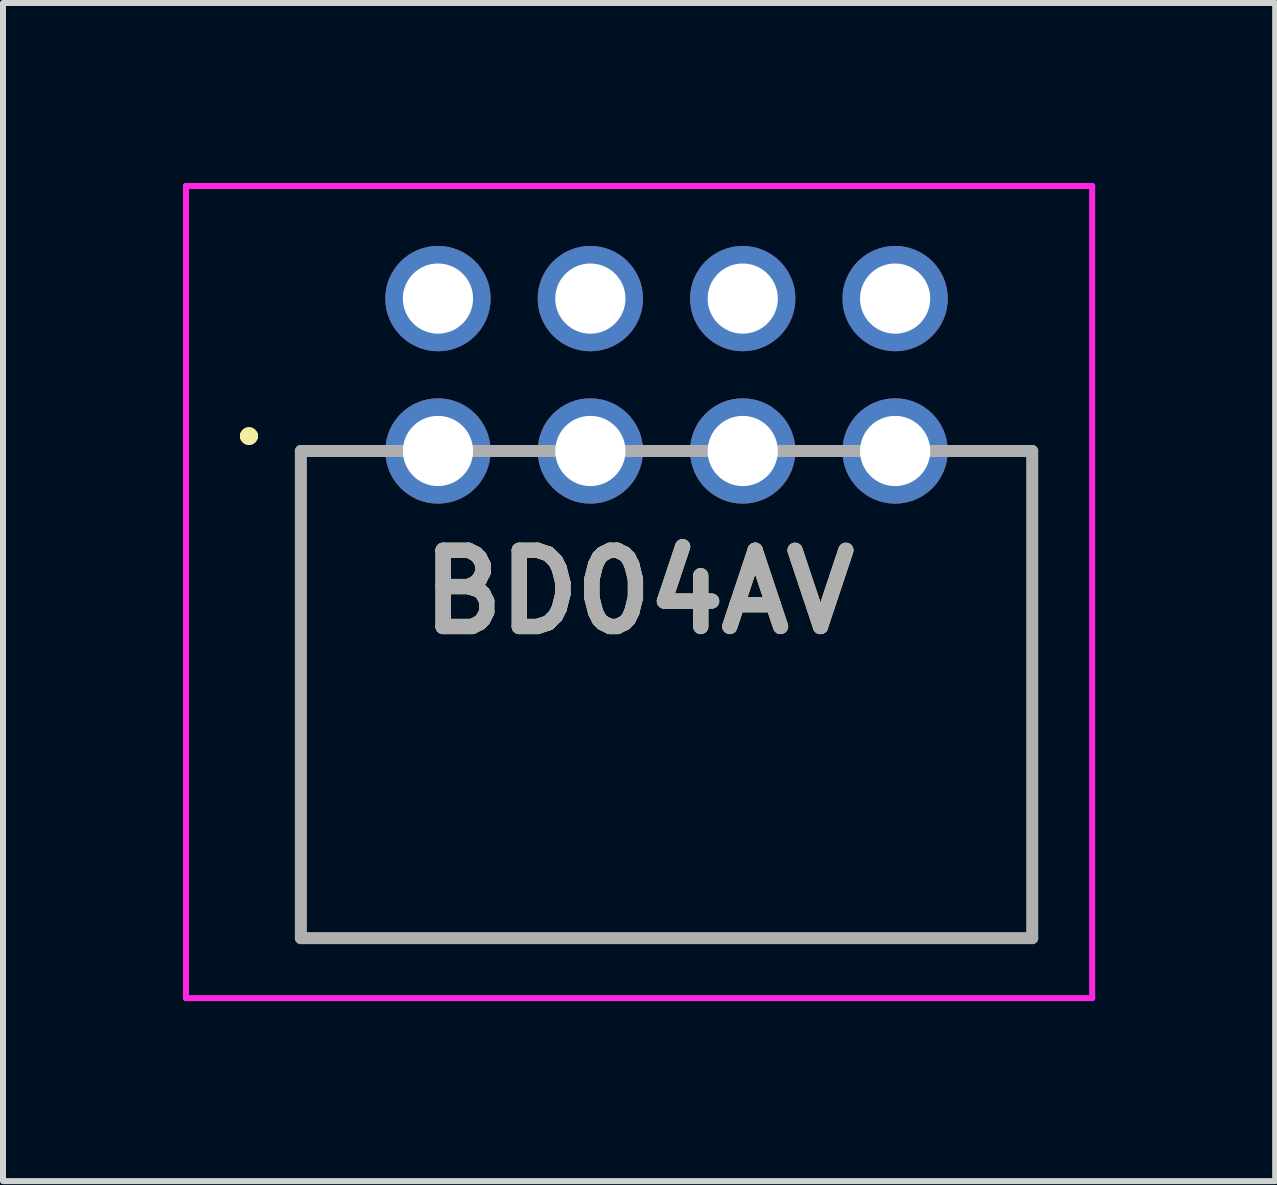
<source format=kicad_pcb>
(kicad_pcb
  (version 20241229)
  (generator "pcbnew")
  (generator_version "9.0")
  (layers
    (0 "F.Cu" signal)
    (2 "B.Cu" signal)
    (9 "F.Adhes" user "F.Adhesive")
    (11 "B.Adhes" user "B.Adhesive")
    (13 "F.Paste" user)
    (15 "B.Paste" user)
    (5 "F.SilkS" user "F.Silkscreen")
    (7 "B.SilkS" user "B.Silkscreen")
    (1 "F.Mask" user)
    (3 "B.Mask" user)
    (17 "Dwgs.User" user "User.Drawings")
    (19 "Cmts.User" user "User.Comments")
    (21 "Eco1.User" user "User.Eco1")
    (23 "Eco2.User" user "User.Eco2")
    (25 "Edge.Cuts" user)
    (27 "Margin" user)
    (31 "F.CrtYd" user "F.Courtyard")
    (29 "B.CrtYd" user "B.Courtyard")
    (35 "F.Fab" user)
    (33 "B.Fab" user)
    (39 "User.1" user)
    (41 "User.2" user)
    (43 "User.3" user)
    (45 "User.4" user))
  (footprint "BD04AV"
    (layer "F.Cu")
    (at 4.25 4.467)
    (property "Reference" "BD04AV" (at 3.352 2.351 0) (layer "F.SilkS") (effects (font (size 1.27 1.27) (thickness 0.254))))
    (attr through_hole)
    (fp_line (start -3.2 -0.25) (end -3.2 -0.25) (stroke (width 0.2) (type solid)) (layer "F.SilkS"))
    (fp_line (start -3.2 -0.25) (end -3.2 -0.25) (stroke (width 0.2) (type solid)) (layer "F.SilkS"))
    (fp_line (start -3.1 -0.25) (end -3.1 -0.25) (stroke (width 0.2) (type solid)) (layer "F.SilkS"))
    (fp_line (start -2.285 0) (end -2.285 0) (stroke (width 0.1) (type solid)) (layer "F.SilkS"))
    (fp_line (start -2.285 0) (end -2.285 0) (stroke (width 0.1) (type solid)) (layer "F.SilkS"))
    (fp_line (start -2.285 0) (end -2.285 8.12) (stroke (width 0.1) (type solid)) (layer "F.SilkS"))
    (fp_line (start -2.285 0) (end -1.5 0) (stroke (width 0.1) (type solid)) (layer "F.SilkS"))
    (fp_line (start -2.285 8.12) (end -2.285 0) (stroke (width 0.1) (type solid)) (layer "F.SilkS"))
    (fp_line (start -2.285 8.12) (end -2.285 8.12) (stroke (width 0.1) (type solid)) (layer "F.SilkS"))
    (fp_line (start -2.25 8.12) (end -2.25 8.12) (stroke (width 0.1) (type solid)) (layer "F.SilkS"))
    (fp_line (start -2.25 8.12) (end 9.905 8.12) (stroke (width 0.1) (type solid)) (layer "F.SilkS"))
    (fp_line (start -1.5 0) (end -2.285 0) (stroke (width 0.1) (type solid)) (layer "F.SilkS"))
    (fp_line (start -1.5 0) (end -1.5 0) (stroke (width 0.1) (type solid)) (layer "F.SilkS"))
    (fp_line (start 9.25 0) (end 9.25 0) (stroke (width 0.1) (type solid)) (layer "F.SilkS"))
    (fp_line (start 9.25 0) (end 9.905 0) (stroke (width 0.1) (type solid)) (layer "F.SilkS"))
    (fp_line (start 9.905 0) (end 9.25 0) (stroke (width 0.1) (type solid)) (layer "F.SilkS"))
    (fp_line (start 9.905 0) (end 9.905 0) (stroke (width 0.1) (type solid)) (layer "F.SilkS"))
    (fp_line (start 9.905 0) (end 9.905 0) (stroke (width 0.1) (type solid)) (layer "F.SilkS"))
    (fp_line (start 9.905 0) (end 9.905 8.12) (stroke (width 0.1) (type solid)) (layer "F.SilkS"))
    (fp_line (start 9.905 8.12) (end -2.25 8.12) (stroke (width 0.1) (type solid)) (layer "F.SilkS"))
    (fp_line (start 9.905 8.12) (end 9.905 0) (stroke (width 0.1) (type solid)) (layer "F.SilkS"))
    (fp_line (start 9.905 8.12) (end 9.905 8.12) (stroke (width 0.1) (type solid)) (layer "F.SilkS"))
    (fp_line (start 9.905 8.12) (end 9.905 8.12) (stroke (width 0.1) (type solid)) (layer "F.SilkS"))
    (fp_arc (start -3.2 -0.25) (mid -3.15 -0.3) (end -3.1 -0.25) (stroke (width 0.2) (type solid)) (layer "F.SilkS"))
    (fp_arc (start -3.1 -0.25) (mid -3.15 -0.2) (end -3.2 -0.25) (stroke (width 0.2) (type solid)) (layer "F.SilkS"))
    (fp_arc (start -3.1 -0.25) (mid -3.15 -0.2) (end -3.2 -0.25) (stroke (width 0.2) (type solid)) (layer "F.SilkS"))
    (fp_line (start -4.2 -4.417) (end 10.905 -4.417) (stroke (width 0.1) (type solid)) (layer "F.CrtYd"))
    (fp_line (start -4.2 9.12) (end -4.2 -4.417) (stroke (width 0.1) (type solid)) (layer "F.CrtYd"))
    (fp_line (start 10.905 -4.417) (end 10.905 9.12) (stroke (width 0.1) (type solid)) (layer "F.CrtYd"))
    (fp_line (start 10.905 9.12) (end -4.2 9.12) (stroke (width 0.1) (type solid)) (layer "F.CrtYd"))
    (fp_line (start -2.285 0) (end -2.285 8.12) (stroke (width 0.2) (type solid)) (layer "F.Fab"))
    (fp_line (start -2.285 8.12) (end 9.905 8.12) (stroke (width 0.2) (type solid)) (layer "F.Fab"))
    (fp_line (start 9.905 0) (end -2.285 0) (stroke (width 0.2) (type solid)) (layer "F.Fab"))
    (fp_line (start 9.905 8.12) (end 9.905 0) (stroke (width 0.2) (type solid)) (layer "F.Fab"))
    (fp_text user "${REFERENCE}" (at 3.352 2.351 0) (layer "F.Fab") (effects (font (size 1.27 1.27) (thickness 0.254))))
    (pad "1" thru_hole circle (at 0 0) (size 1.755 1.755) (drill 1.17) (layers "*.Cu" "*.Mask"))
    (pad "2" thru_hole circle (at 2.54 0) (size 1.755 1.755) (drill 1.17) (layers "*.Cu" "*.Mask"))
    (pad "3" thru_hole circle (at 5.08 0) (size 1.755 1.755) (drill 1.17) (layers "*.Cu" "*.Mask"))
    (pad "4" thru_hole circle (at 7.62 0) (size 1.755 1.755) (drill 1.17) (layers "*.Cu" "*.Mask"))
    (pad "5" thru_hole circle (at 7.62 -2.54) (size 1.755 1.755) (drill 1.17) (layers "*.Cu" "*.Mask"))
    (pad "6" thru_hole circle (at 5.08 -2.54) (size 1.755 1.755) (drill 1.17) (layers "*.Cu" "*.Mask"))
    (pad "7" thru_hole circle (at 2.54 -2.54) (size 1.755 1.755) (drill 1.17) (layers "*.Cu" "*.Mask"))
    (pad "8" thru_hole circle (at 0 -2.54) (size 1.755 1.755) (drill 1.17) (layers "*.Cu" "*.Mask")))
  (gr_rect
    (start -3 -3)
    (end 18.205 16.637)
    (stroke (width 0.1) (type default))
    (fill no)
    (layer "Edge.Cuts")))
</source>
